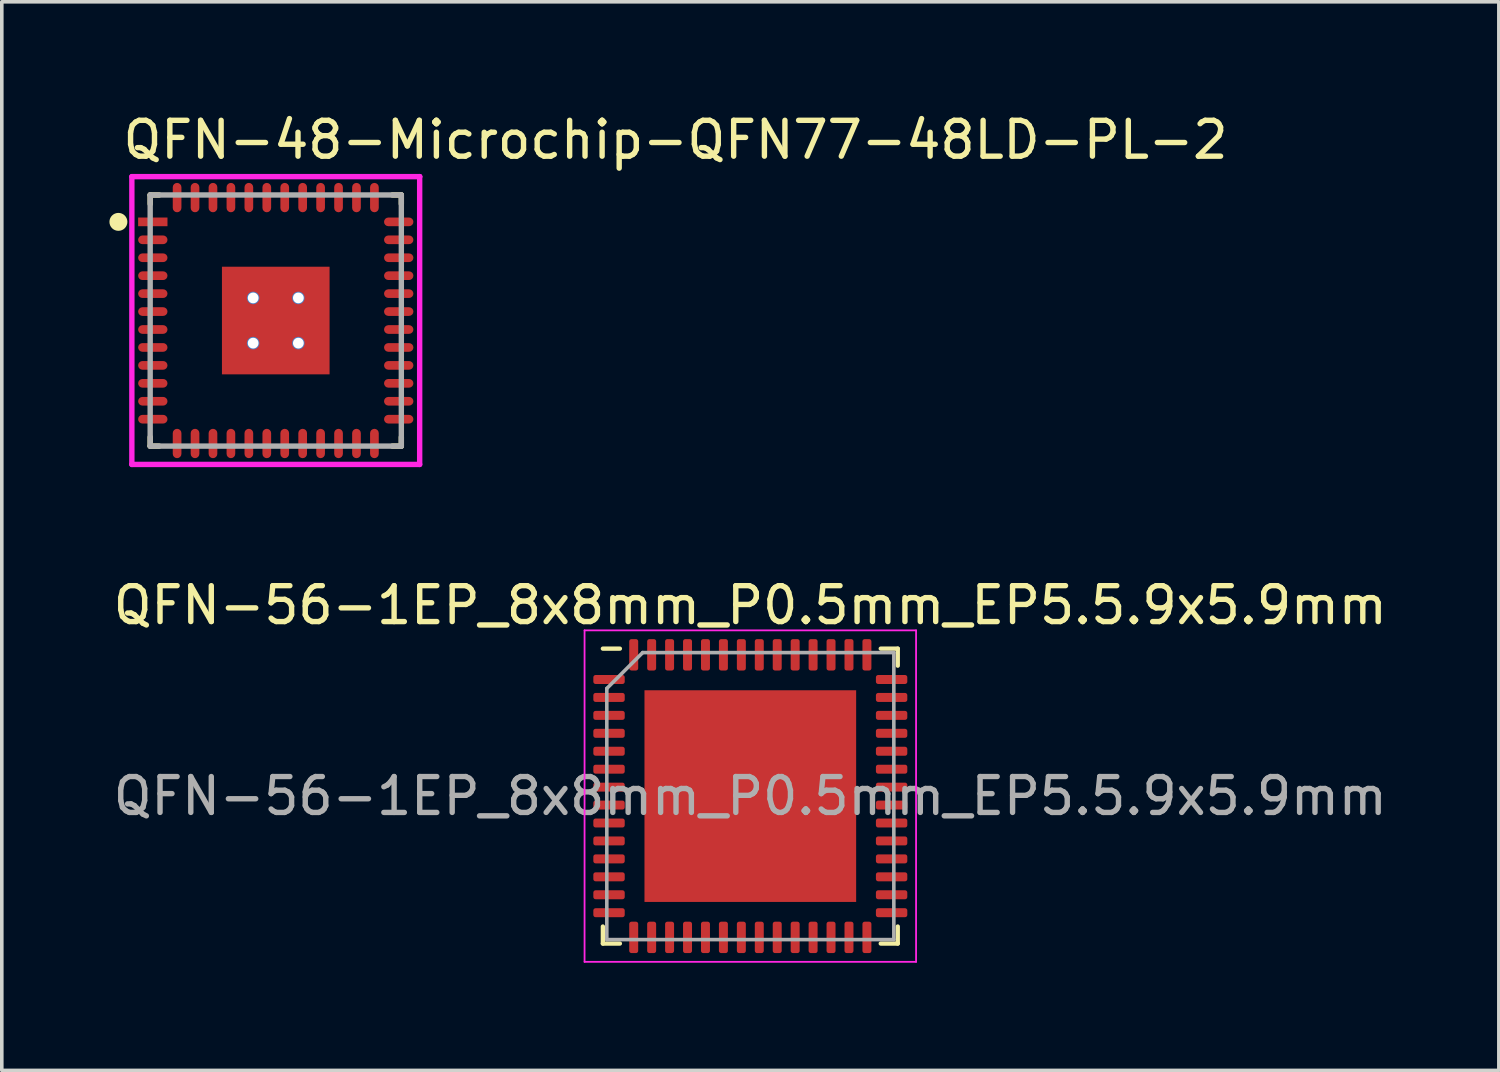
<source format=kicad_pcb>
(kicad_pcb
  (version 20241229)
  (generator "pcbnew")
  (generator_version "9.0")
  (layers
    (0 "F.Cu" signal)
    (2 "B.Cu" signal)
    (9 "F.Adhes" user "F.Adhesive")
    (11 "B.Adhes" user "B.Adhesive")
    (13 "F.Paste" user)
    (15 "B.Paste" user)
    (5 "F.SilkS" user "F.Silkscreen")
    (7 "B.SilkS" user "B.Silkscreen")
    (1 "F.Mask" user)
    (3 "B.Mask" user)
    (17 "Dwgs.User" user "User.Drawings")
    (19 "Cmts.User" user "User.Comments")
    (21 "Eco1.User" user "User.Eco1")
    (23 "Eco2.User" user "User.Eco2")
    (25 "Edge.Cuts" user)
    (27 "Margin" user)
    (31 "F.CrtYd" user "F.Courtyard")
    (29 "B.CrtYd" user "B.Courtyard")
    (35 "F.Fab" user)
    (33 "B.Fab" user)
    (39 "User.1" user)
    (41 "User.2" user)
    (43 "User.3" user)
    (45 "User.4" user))
  (footprint "QFN-56-1EP_8x8mm_P0.5mm_EP5.5.9x5.9mm"
    (layer "F.Cu")
    (at 17.863 19.139)
    (property "Reference" "QFN-56-1EP_8x8mm_P0.5mm_EP5.5.9x5.9mm" (at 0 -5.32 0) (layer "F.SilkS") (effects (font (size 1 1) (thickness 0.15))))
    (attr smd)
    (fp_line (start -4.11 4.11) (end -4.11 3.635) (stroke (width 0.12) (type solid)) (layer "F.SilkS"))
    (fp_line (start -3.635 -4.11) (end -4.11 -4.11) (stroke (width 0.12) (type solid)) (layer "F.SilkS"))
    (fp_line (start -3.635 4.11) (end -4.11 4.11) (stroke (width 0.12) (type solid)) (layer "F.SilkS"))
    (fp_line (start 3.635 -4.11) (end 4.11 -4.11) (stroke (width 0.12) (type solid)) (layer "F.SilkS"))
    (fp_line (start 3.635 4.11) (end 4.11 4.11) (stroke (width 0.12) (type solid)) (layer "F.SilkS"))
    (fp_line (start 4.11 -4.11) (end 4.11 -3.635) (stroke (width 0.12) (type solid)) (layer "F.SilkS"))
    (fp_line (start 4.11 4.11) (end 4.11 3.635) (stroke (width 0.12) (type solid)) (layer "F.SilkS"))
    (fp_line (start -4.62 -4.62) (end -4.62 4.62) (stroke (width 0.05) (type solid)) (layer "F.CrtYd"))
    (fp_line (start -4.62 4.62) (end 4.62 4.62) (stroke (width 0.05) (type solid)) (layer "F.CrtYd"))
    (fp_line (start 4.62 -4.62) (end -4.62 -4.62) (stroke (width 0.05) (type solid)) (layer "F.CrtYd"))
    (fp_line (start 4.62 4.62) (end 4.62 -4.62) (stroke (width 0.05) (type solid)) (layer "F.CrtYd"))
    (fp_line (start -4 -3) (end -3 -4) (stroke (width 0.1) (type solid)) (layer "F.Fab"))
    (fp_line (start -4 4) (end -4 -3) (stroke (width 0.1) (type solid)) (layer "F.Fab"))
    (fp_line (start -3 -4) (end 4 -4) (stroke (width 0.1) (type solid)) (layer "F.Fab"))
    (fp_line (start 4 -4) (end 4 4) (stroke (width 0.1) (type solid)) (layer "F.Fab"))
    (fp_line (start 4 4) (end -4 4) (stroke (width 0.1) (type solid)) (layer "F.Fab"))
    (fp_text user "${REFERENCE}" (at 0 0 0) (layer "F.Fab") (effects (font (size 1 1) (thickness 0.15))))
    (pad "" smd roundrect (at -2.1 -2.1) (size 1.13 1.13) (layers "F.Paste") (roundrect_rratio 0.221))
    (pad "" smd roundrect (at -2.1 -0.7) (size 1.13 1.13) (layers "F.Paste") (roundrect_rratio 0.221))
    (pad "" smd roundrect (at -2.1 0.7) (size 1.13 1.13) (layers "F.Paste") (roundrect_rratio 0.221))
    (pad "" smd roundrect (at -2.1 2.1) (size 1.13 1.13) (layers "F.Paste") (roundrect_rratio 0.221))
    (pad "" smd roundrect (at -0.7 -2.1) (size 1.13 1.13) (layers "F.Paste") (roundrect_rratio 0.221))
    (pad "" smd roundrect (at -0.7 -0.7) (size 1.13 1.13) (layers "F.Paste") (roundrect_rratio 0.221))
    (pad "" smd roundrect (at -0.7 0.7) (size 1.13 1.13) (layers "F.Paste") (roundrect_rratio 0.221))
    (pad "" smd roundrect (at -0.7 2.1) (size 1.13 1.13) (layers "F.Paste") (roundrect_rratio 0.221))
    (pad "" smd roundrect (at 0.7 -2.1) (size 1.13 1.13) (layers "F.Paste") (roundrect_rratio 0.221))
    (pad "" smd roundrect (at 0.7 -0.7) (size 1.13 1.13) (layers "F.Paste") (roundrect_rratio 0.221))
    (pad "" smd roundrect (at 0.7 0.7) (size 1.13 1.13) (layers "F.Paste") (roundrect_rratio 0.221))
    (pad "" smd roundrect (at 0.7 2.1) (size 1.13 1.13) (layers "F.Paste") (roundrect_rratio 0.221))
    (pad "" smd roundrect (at 2.1 -2.1) (size 1.13 1.13) (layers "F.Paste") (roundrect_rratio 0.221))
    (pad "" smd roundrect (at 2.1 -0.7) (size 1.13 1.13) (layers "F.Paste") (roundrect_rratio 0.221))
    (pad "" smd roundrect (at 2.1 0.7) (size 1.13 1.13) (layers "F.Paste") (roundrect_rratio 0.221))
    (pad "" smd roundrect (at 2.1 2.1) (size 1.13 1.13) (layers "F.Paste") (roundrect_rratio 0.221))
    (pad "1" smd roundrect (at -3.938 -3.25) (size 0.875 0.25) (layers "F.Cu" "F.Mask" "F.Paste") (roundrect_rratio 0.25))
    (pad "2" smd roundrect (at -3.938 -2.75) (size 0.875 0.25) (layers "F.Cu" "F.Mask" "F.Paste") (roundrect_rratio 0.25))
    (pad "3" smd roundrect (at -3.938 -2.25) (size 0.875 0.25) (layers "F.Cu" "F.Mask" "F.Paste") (roundrect_rratio 0.25))
    (pad "4" smd roundrect (at -3.938 -1.75) (size 0.875 0.25) (layers "F.Cu" "F.Mask" "F.Paste") (roundrect_rratio 0.25))
    (pad "5" smd roundrect (at -3.938 -1.25) (size 0.875 0.25) (layers "F.Cu" "F.Mask" "F.Paste") (roundrect_rratio 0.25))
    (pad "6" smd roundrect (at -3.938 -0.75) (size 0.875 0.25) (layers "F.Cu" "F.Mask" "F.Paste") (roundrect_rratio 0.25))
    (pad "7" smd roundrect (at -3.938 -0.25) (size 0.875 0.25) (layers "F.Cu" "F.Mask" "F.Paste") (roundrect_rratio 0.25))
    (pad "8" smd roundrect (at -3.938 0.25) (size 0.875 0.25) (layers "F.Cu" "F.Mask" "F.Paste") (roundrect_rratio 0.25))
    (pad "9" smd roundrect (at -3.938 0.75) (size 0.875 0.25) (layers "F.Cu" "F.Mask" "F.Paste") (roundrect_rratio 0.25))
    (pad "10" smd roundrect (at -3.938 1.25) (size 0.875 0.25) (layers "F.Cu" "F.Mask" "F.Paste") (roundrect_rratio 0.25))
    (pad "11" smd roundrect (at -3.938 1.75) (size 0.875 0.25) (layers "F.Cu" "F.Mask" "F.Paste") (roundrect_rratio 0.25))
    (pad "12" smd roundrect (at -3.938 2.25) (size 0.875 0.25) (layers "F.Cu" "F.Mask" "F.Paste") (roundrect_rratio 0.25))
    (pad "13" smd roundrect (at -3.938 2.75) (size 0.875 0.25) (layers "F.Cu" "F.Mask" "F.Paste") (roundrect_rratio 0.25))
    (pad "14" smd roundrect (at -3.938 3.25) (size 0.875 0.25) (layers "F.Cu" "F.Mask" "F.Paste") (roundrect_rratio 0.25))
    (pad "15" smd roundrect (at -3.25 3.938) (size 0.25 0.875) (layers "F.Cu" "F.Mask" "F.Paste") (roundrect_rratio 0.25))
    (pad "16" smd roundrect (at -2.75 3.938) (size 0.25 0.875) (layers "F.Cu" "F.Mask" "F.Paste") (roundrect_rratio 0.25))
    (pad "17" smd roundrect (at -2.25 3.938) (size 0.25 0.875) (layers "F.Cu" "F.Mask" "F.Paste") (roundrect_rratio 0.25))
    (pad "18" smd roundrect (at -1.75 3.938) (size 0.25 0.875) (layers "F.Cu" "F.Mask" "F.Paste") (roundrect_rratio 0.25))
    (pad "19" smd roundrect (at -1.25 3.938) (size 0.25 0.875) (layers "F.Cu" "F.Mask" "F.Paste") (roundrect_rratio 0.25))
    (pad "20" smd roundrect (at -0.75 3.938) (size 0.25 0.875) (layers "F.Cu" "F.Mask" "F.Paste") (roundrect_rratio 0.25))
    (pad "21" smd roundrect (at -0.25 3.938) (size 0.25 0.875) (layers "F.Cu" "F.Mask" "F.Paste") (roundrect_rratio 0.25))
    (pad "22" smd roundrect (at 0.25 3.938) (size 0.25 0.875) (layers "F.Cu" "F.Mask" "F.Paste") (roundrect_rratio 0.25))
    (pad "23" smd roundrect (at 0.75 3.938) (size 0.25 0.875) (layers "F.Cu" "F.Mask" "F.Paste") (roundrect_rratio 0.25))
    (pad "24" smd roundrect (at 1.25 3.938) (size 0.25 0.875) (layers "F.Cu" "F.Mask" "F.Paste") (roundrect_rratio 0.25))
    (pad "25" smd roundrect (at 1.75 3.938) (size 0.25 0.875) (layers "F.Cu" "F.Mask" "F.Paste") (roundrect_rratio 0.25))
    (pad "26" smd roundrect (at 2.25 3.938) (size 0.25 0.875) (layers "F.Cu" "F.Mask" "F.Paste") (roundrect_rratio 0.25))
    (pad "27" smd roundrect (at 2.75 3.938) (size 0.25 0.875) (layers "F.Cu" "F.Mask" "F.Paste") (roundrect_rratio 0.25))
    (pad "28" smd roundrect (at 3.25 3.938) (size 0.25 0.875) (layers "F.Cu" "F.Mask" "F.Paste") (roundrect_rratio 0.25))
    (pad "29" smd roundrect (at 3.938 3.25) (size 0.875 0.25) (layers "F.Cu" "F.Mask" "F.Paste") (roundrect_rratio 0.25))
    (pad "30" smd roundrect (at 3.938 2.75) (size 0.875 0.25) (layers "F.Cu" "F.Mask" "F.Paste") (roundrect_rratio 0.25))
    (pad "31" smd roundrect (at 3.938 2.25) (size 0.875 0.25) (layers "F.Cu" "F.Mask" "F.Paste") (roundrect_rratio 0.25))
    (pad "32" smd roundrect (at 3.938 1.75) (size 0.875 0.25) (layers "F.Cu" "F.Mask" "F.Paste") (roundrect_rratio 0.25))
    (pad "33" smd roundrect (at 3.938 1.25) (size 0.875 0.25) (layers "F.Cu" "F.Mask" "F.Paste") (roundrect_rratio 0.25))
    (pad "34" smd roundrect (at 3.938 0.75) (size 0.875 0.25) (layers "F.Cu" "F.Mask" "F.Paste") (roundrect_rratio 0.25))
    (pad "35" smd roundrect (at 3.938 0.25) (size 0.875 0.25) (layers "F.Cu" "F.Mask" "F.Paste") (roundrect_rratio 0.25))
    (pad "36" smd roundrect (at 3.938 -0.25) (size 0.875 0.25) (layers "F.Cu" "F.Mask" "F.Paste") (roundrect_rratio 0.25))
    (pad "37" smd roundrect (at 3.938 -0.75) (size 0.875 0.25) (layers "F.Cu" "F.Mask" "F.Paste") (roundrect_rratio 0.25))
    (pad "38" smd roundrect (at 3.938 -1.25) (size 0.875 0.25) (layers "F.Cu" "F.Mask" "F.Paste") (roundrect_rratio 0.25))
    (pad "39" smd roundrect (at 3.938 -1.75) (size 0.875 0.25) (layers "F.Cu" "F.Mask" "F.Paste") (roundrect_rratio 0.25))
    (pad "40" smd roundrect (at 3.938 -2.25) (size 0.875 0.25) (layers "F.Cu" "F.Mask" "F.Paste") (roundrect_rratio 0.25))
    (pad "41" smd roundrect (at 3.938 -2.75) (size 0.875 0.25) (layers "F.Cu" "F.Mask" "F.Paste") (roundrect_rratio 0.25))
    (pad "42" smd roundrect (at 3.938 -3.25) (size 0.875 0.25) (layers "F.Cu" "F.Mask" "F.Paste") (roundrect_rratio 0.25))
    (pad "43" smd roundrect (at 3.25 -3.938) (size 0.25 0.875) (layers "F.Cu" "F.Mask" "F.Paste") (roundrect_rratio 0.25))
    (pad "44" smd roundrect (at 2.75 -3.938) (size 0.25 0.875) (layers "F.Cu" "F.Mask" "F.Paste") (roundrect_rratio 0.25))
    (pad "45" smd roundrect (at 2.25 -3.938) (size 0.25 0.875) (layers "F.Cu" "F.Mask" "F.Paste") (roundrect_rratio 0.25))
    (pad "46" smd roundrect (at 1.75 -3.938) (size 0.25 0.875) (layers "F.Cu" "F.Mask" "F.Paste") (roundrect_rratio 0.25))
    (pad "47" smd roundrect (at 1.25 -3.938) (size 0.25 0.875) (layers "F.Cu" "F.Mask" "F.Paste") (roundrect_rratio 0.25))
    (pad "48" smd roundrect (at 0.75 -3.938) (size 0.25 0.875) (layers "F.Cu" "F.Mask" "F.Paste") (roundrect_rratio 0.25))
    (pad "49" smd roundrect (at 0.25 -3.938) (size 0.25 0.875) (layers "F.Cu" "F.Mask" "F.Paste") (roundrect_rratio 0.25))
    (pad "50" smd roundrect (at -0.25 -3.938) (size 0.25 0.875) (layers "F.Cu" "F.Mask" "F.Paste") (roundrect_rratio 0.25))
    (pad "51" smd roundrect (at -0.75 -3.938) (size 0.25 0.875) (layers "F.Cu" "F.Mask" "F.Paste") (roundrect_rratio 0.25))
    (pad "52" smd roundrect (at -1.25 -3.938) (size 0.25 0.875) (layers "F.Cu" "F.Mask" "F.Paste") (roundrect_rratio 0.25))
    (pad "53" smd roundrect (at -1.75 -3.938) (size 0.25 0.875) (layers "F.Cu" "F.Mask" "F.Paste") (roundrect_rratio 0.25))
    (pad "54" smd roundrect (at -2.25 -3.938) (size 0.25 0.875) (layers "F.Cu" "F.Mask" "F.Paste") (roundrect_rratio 0.25))
    (pad "55" smd roundrect (at -2.75 -3.938) (size 0.25 0.875) (layers "F.Cu" "F.Mask" "F.Paste") (roundrect_rratio 0.25))
    (pad "56" smd roundrect (at -3.25 -3.938) (size 0.25 0.875) (layers "F.Cu" "F.Mask" "F.Paste") (roundrect_rratio 0.25))
    (pad "57" smd rect (at 0 0) (size 5.9 5.9) (layers "F.Cu" "F.Mask")))
  (footprint "QFN-48-Microchip-QFN77-48LD-PL-2"
    (layer "F.Cu")
    (at 4.636 5.884)
    (property "Reference" "QFN-48-Microchip-QFN77-48LD-PL-2" (at -4.336 -5.036 0) (layer "F.SilkS") (effects (font (size 1 1) (thickness 0.15)) (justify left)))
    (attr through_hole)
    (fp_line (start -3.5 -3.5) (end -3.5 -3.25) (stroke (width 0.15) (type solid)) (layer "F.SilkS"))
    (fp_line (start -3.5 3.5) (end -3.5 3.25) (stroke (width 0.15) (type solid)) (layer "F.SilkS"))
    (fp_line (start -3.25 -3.5) (end -3.5 -3.5) (stroke (width 0.15) (type solid)) (layer "F.SilkS"))
    (fp_line (start -3.25 3.5) (end -3.5 3.5) (stroke (width 0.15) (type solid)) (layer "F.SilkS"))
    (fp_line (start 3.25 -3.5) (end 3.5 -3.5) (stroke (width 0.15) (type solid)) (layer "F.SilkS"))
    (fp_line (start 3.25 3.5) (end 3.5 3.5) (stroke (width 0.15) (type solid)) (layer "F.SilkS"))
    (fp_line (start 3.5 -3.5) (end 3.5 -3.25) (stroke (width 0.15) (type solid)) (layer "F.SilkS"))
    (fp_line (start 3.5 3.5) (end 3.5 3.25) (stroke (width 0.15) (type solid)) (layer "F.SilkS"))
    (fp_circle (center -4.386 -2.75) (end -4.261 -2.75) (stroke (width 0.25) (type solid)) (fill no) (layer "F.SilkS"))
    (fp_poly (pts (xy -0.122 -0.122) (xy -1.113 -0.122) (xy -1.113 -1.113) (xy -0.122 -1.113)) (stroke (width 0.1) (type solid)) (fill yes) (layer "F.Paste"))
    (fp_poly (pts (xy -0.122 1.128) (xy -1.113 1.128) (xy -1.113 0.137) (xy -0.122 0.137)) (stroke (width 0.1) (type solid)) (fill yes) (layer "F.Paste"))
    (fp_poly (pts (xy 1.128 -0.122) (xy 0.137 -0.122) (xy 0.137 -1.113) (xy 1.128 -1.113)) (stroke (width 0.1) (type solid)) (fill yes) (layer "F.Paste"))
    (fp_poly (pts (xy 1.128 1.128) (xy 0.137 1.128) (xy 0.137 0.137) (xy 1.128 0.137)) (stroke (width 0.1) (type solid)) (fill yes) (layer "F.Paste"))
    (fp_line (start -4.011 -4.011) (end -4.011 4.011) (stroke (width 0.15) (type solid)) (layer "F.CrtYd"))
    (fp_line (start -4.011 4.011) (end 4.011 4.011) (stroke (width 0.15) (type solid)) (layer "F.CrtYd"))
    (fp_line (start 4.011 -4.011) (end -4.011 -4.011) (stroke (width 0.15) (type solid)) (layer "F.CrtYd"))
    (fp_line (start 4.011 -4.011) (end 4.011 -4.011) (stroke (width 0.15) (type solid)) (layer "F.CrtYd"))
    (fp_line (start 4.011 4.011) (end 4.011 -4.011) (stroke (width 0.15) (type solid)) (layer "F.CrtYd"))
    (fp_line (start -3.5 -3.5) (end 3.5 -3.5) (stroke (width 0.15) (type solid)) (layer "F.Fab"))
    (fp_line (start -3.5 3.5) (end -3.5 -3.5) (stroke (width 0.15) (type solid)) (layer "F.Fab"))
    (fp_line (start 3.5 -3.5) (end 3.5 3.5) (stroke (width 0.15) (type solid)) (layer "F.Fab"))
    (fp_line (start 3.5 3.5) (end -3.5 3.5) (stroke (width 0.15) (type solid)) (layer "F.Fab"))
    (pad "1" smd rect (at -3.427 -2.75) (size 0.818 0.242) (layers "F.Cu" "F.Mask" "F.Paste"))
    (pad "2" smd roundrect (at -3.427 -2.25) (size 0.818 0.242) (layers "F.Cu" "F.Mask" "F.Paste") (roundrect_rratio 0.5))
    (pad "3" smd roundrect (at -3.427 -1.75) (size 0.818 0.242) (layers "F.Cu" "F.Mask" "F.Paste") (roundrect_rratio 0.5))
    (pad "4" smd roundrect (at -3.427 -1.25) (size 0.818 0.242) (layers "F.Cu" "F.Mask" "F.Paste") (roundrect_rratio 0.5))
    (pad "5" smd roundrect (at -3.427 -0.75) (size 0.818 0.242) (layers "F.Cu" "F.Mask" "F.Paste") (roundrect_rratio 0.5))
    (pad "6" smd roundrect (at -3.427 -0.25) (size 0.818 0.242) (layers "F.Cu" "F.Mask" "F.Paste") (roundrect_rratio 0.5))
    (pad "7" smd roundrect (at -3.427 0.25) (size 0.818 0.242) (layers "F.Cu" "F.Mask" "F.Paste") (roundrect_rratio 0.5))
    (pad "8" smd roundrect (at -3.427 0.75) (size 0.818 0.242) (layers "F.Cu" "F.Mask" "F.Paste") (roundrect_rratio 0.5))
    (pad "9" smd roundrect (at -3.427 1.25) (size 0.818 0.242) (layers "F.Cu" "F.Mask" "F.Paste") (roundrect_rratio 0.5))
    (pad "10" smd roundrect (at -3.427 1.75) (size 0.818 0.242) (layers "F.Cu" "F.Mask" "F.Paste") (roundrect_rratio 0.5))
    (pad "11" smd roundrect (at -3.427 2.25) (size 0.818 0.242) (layers "F.Cu" "F.Mask" "F.Paste") (roundrect_rratio 0.5))
    (pad "12" smd roundrect (at -3.427 2.75) (size 0.818 0.242) (layers "F.Cu" "F.Mask" "F.Paste") (roundrect_rratio 0.5))
    (pad "13" smd roundrect (at -2.75 3.427) (size 0.242 0.818) (layers "F.Cu" "F.Mask" "F.Paste") (roundrect_rratio 0.5))
    (pad "14" smd roundrect (at -2.25 3.427) (size 0.242 0.818) (layers "F.Cu" "F.Mask" "F.Paste") (roundrect_rratio 0.5))
    (pad "15" smd roundrect (at -1.75 3.427) (size 0.242 0.818) (layers "F.Cu" "F.Mask" "F.Paste") (roundrect_rratio 0.5))
    (pad "16" smd roundrect (at -1.25 3.427) (size 0.242 0.818) (layers "F.Cu" "F.Mask" "F.Paste") (roundrect_rratio 0.5))
    (pad "17" smd roundrect (at -0.75 3.427) (size 0.242 0.818) (layers "F.Cu" "F.Mask" "F.Paste") (roundrect_rratio 0.5))
    (pad "18" smd roundrect (at -0.25 3.427) (size 0.242 0.818) (layers "F.Cu" "F.Mask" "F.Paste") (roundrect_rratio 0.5))
    (pad "19" smd roundrect (at 0.25 3.427) (size 0.242 0.818) (layers "F.Cu" "F.Mask" "F.Paste") (roundrect_rratio 0.5))
    (pad "20" smd roundrect (at 0.75 3.427) (size 0.242 0.818) (layers "F.Cu" "F.Mask" "F.Paste") (roundrect_rratio 0.5))
    (pad "21" smd roundrect (at 1.25 3.427) (size 0.242 0.818) (layers "F.Cu" "F.Mask" "F.Paste") (roundrect_rratio 0.5))
    (pad "22" smd roundrect (at 1.75 3.427) (size 0.242 0.818) (layers "F.Cu" "F.Mask" "F.Paste") (roundrect_rratio 0.5))
    (pad "23" smd roundrect (at 2.25 3.427) (size 0.242 0.818) (layers "F.Cu" "F.Mask" "F.Paste") (roundrect_rratio 0.5))
    (pad "24" smd roundrect (at 2.75 3.427) (size 0.242 0.818) (layers "F.Cu" "F.Mask" "F.Paste") (roundrect_rratio 0.5))
    (pad "25" smd roundrect (at 3.427 2.75) (size 0.818 0.242) (layers "F.Cu" "F.Mask" "F.Paste") (roundrect_rratio 0.5))
    (pad "26" smd roundrect (at 3.427 2.25) (size 0.818 0.242) (layers "F.Cu" "F.Mask" "F.Paste") (roundrect_rratio 0.5))
    (pad "27" smd roundrect (at 3.427 1.75) (size 0.818 0.242) (layers "F.Cu" "F.Mask" "F.Paste") (roundrect_rratio 0.5))
    (pad "28" smd roundrect (at 3.427 1.25) (size 0.818 0.242) (layers "F.Cu" "F.Mask" "F.Paste") (roundrect_rratio 0.5))
    (pad "29" smd roundrect (at 3.427 0.75) (size 0.818 0.242) (layers "F.Cu" "F.Mask" "F.Paste") (roundrect_rratio 0.5))
    (pad "30" smd roundrect (at 3.427 0.25) (size 0.818 0.242) (layers "F.Cu" "F.Mask" "F.Paste") (roundrect_rratio 0.5))
    (pad "31" smd roundrect (at 3.427 -0.25) (size 0.818 0.242) (layers "F.Cu" "F.Mask" "F.Paste") (roundrect_rratio 0.5))
    (pad "32" smd roundrect (at 3.427 -0.75) (size 0.818 0.242) (layers "F.Cu" "F.Mask" "F.Paste") (roundrect_rratio 0.5))
    (pad "33" smd roundrect (at 3.427 -1.25) (size 0.818 0.242) (layers "F.Cu" "F.Mask" "F.Paste") (roundrect_rratio 0.5))
    (pad "34" smd roundrect (at 3.427 -1.75) (size 0.818 0.242) (layers "F.Cu" "F.Mask" "F.Paste") (roundrect_rratio 0.5))
    (pad "35" smd roundrect (at 3.427 -2.25) (size 0.818 0.242) (layers "F.Cu" "F.Mask" "F.Paste") (roundrect_rratio 0.5))
    (pad "36" smd roundrect (at 3.427 -2.75) (size 0.818 0.242) (layers "F.Cu" "F.Mask" "F.Paste") (roundrect_rratio 0.5))
    (pad "37" smd roundrect (at 2.75 -3.427) (size 0.242 0.818) (layers "F.Cu" "F.Mask" "F.Paste") (roundrect_rratio 0.5))
    (pad "38" smd roundrect (at 2.25 -3.427) (size 0.242 0.818) (layers "F.Cu" "F.Mask" "F.Paste") (roundrect_rratio 0.5))
    (pad "39" smd roundrect (at 1.75 -3.427) (size 0.242 0.818) (layers "F.Cu" "F.Mask" "F.Paste") (roundrect_rratio 0.5))
    (pad "40" smd roundrect (at 1.25 -3.427) (size 0.242 0.818) (layers "F.Cu" "F.Mask" "F.Paste") (roundrect_rratio 0.5))
    (pad "41" smd roundrect (at 0.75 -3.427) (size 0.242 0.818) (layers "F.Cu" "F.Mask" "F.Paste") (roundrect_rratio 0.5))
    (pad "42" smd roundrect (at 0.25 -3.427) (size 0.242 0.818) (layers "F.Cu" "F.Mask" "F.Paste") (roundrect_rratio 0.5))
    (pad "43" smd roundrect (at -0.25 -3.427) (size 0.242 0.818) (layers "F.Cu" "F.Mask" "F.Paste") (roundrect_rratio 0.5))
    (pad "44" smd roundrect (at -0.75 -3.427) (size 0.242 0.818) (layers "F.Cu" "F.Mask" "F.Paste") (roundrect_rratio 0.5))
    (pad "45" smd roundrect (at -1.25 -3.427) (size 0.242 0.818) (layers "F.Cu" "F.Mask" "F.Paste") (roundrect_rratio 0.5))
    (pad "46" smd roundrect (at -1.75 -3.427) (size 0.242 0.818) (layers "F.Cu" "F.Mask" "F.Paste") (roundrect_rratio 0.5))
    (pad "47" smd roundrect (at -2.25 -3.427) (size 0.242 0.818) (layers "F.Cu" "F.Mask" "F.Paste") (roundrect_rratio 0.5))
    (pad "48" smd roundrect (at -2.75 -3.427) (size 0.242 0.818) (layers "F.Cu" "F.Mask" "F.Paste") (roundrect_rratio 0.5))
    (pad "49" smd rect (at 0 0) (size 3 3) (layers "F.Cu" "F.Mask"))
    (pad "50" thru_hole circle (at -0.63 -0.63 270) (size 0.35 0.35) (drill 0.3) (layers "*.Cu" "*.Mask"))
    (pad "50" thru_hole circle (at -0.63 0.63 270) (size 0.35 0.35) (drill 0.3) (layers "*.Cu" "*.Mask"))
    (pad "50" thru_hole circle (at 0.63 -0.63 270) (size 0.35 0.35) (drill 0.3) (layers "*.Cu" "*.Mask"))
    (pad "50" thru_hole circle (at 0.63 0.63 270) (size 0.35 0.35) (drill 0.3) (layers "*.Cu" "*.Mask")))
  (gr_rect
    (start -3 -3)
    (end 38.726 26.784)
    (stroke (width 0.1) (type default))
    (fill no)
    (layer "Edge.Cuts")))
</source>
